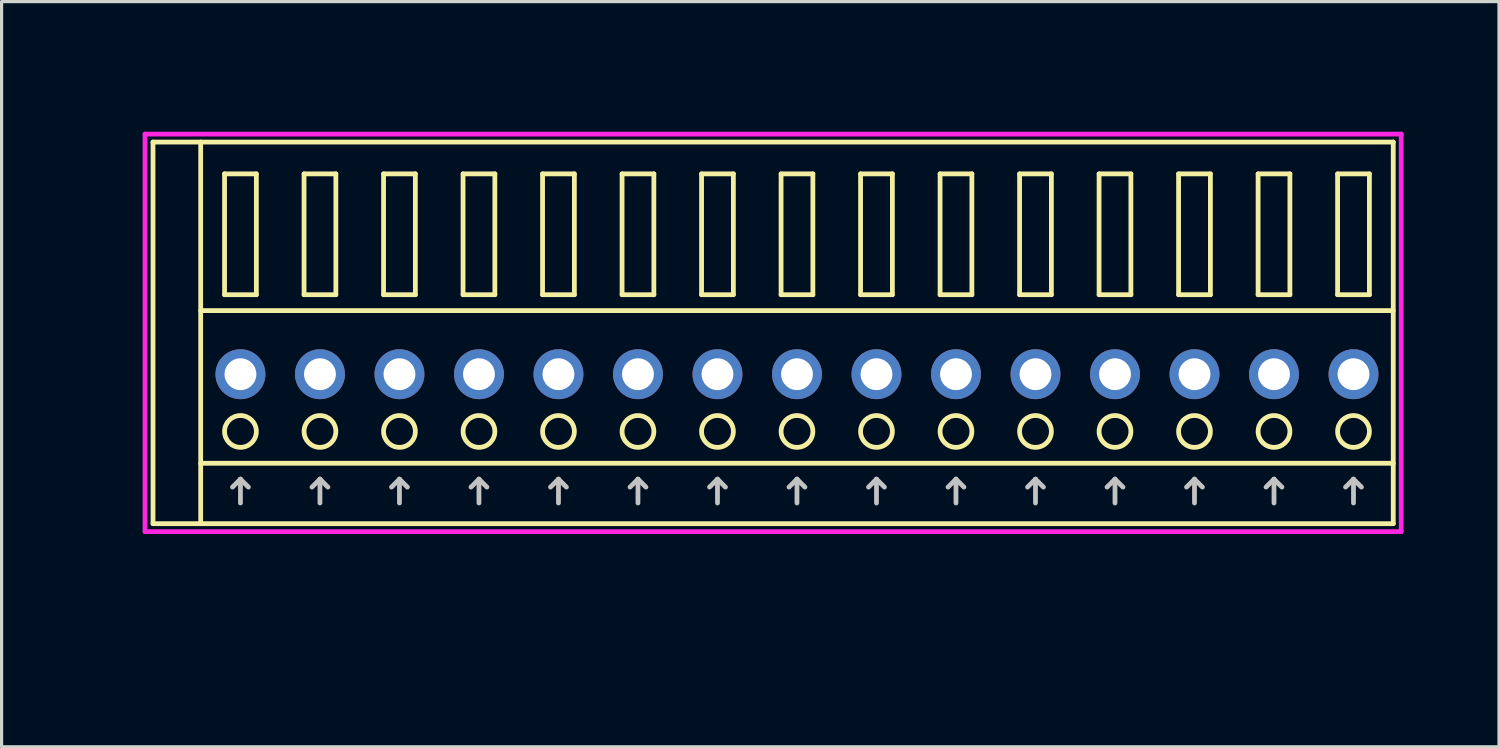
<source format=kicad_pcb>
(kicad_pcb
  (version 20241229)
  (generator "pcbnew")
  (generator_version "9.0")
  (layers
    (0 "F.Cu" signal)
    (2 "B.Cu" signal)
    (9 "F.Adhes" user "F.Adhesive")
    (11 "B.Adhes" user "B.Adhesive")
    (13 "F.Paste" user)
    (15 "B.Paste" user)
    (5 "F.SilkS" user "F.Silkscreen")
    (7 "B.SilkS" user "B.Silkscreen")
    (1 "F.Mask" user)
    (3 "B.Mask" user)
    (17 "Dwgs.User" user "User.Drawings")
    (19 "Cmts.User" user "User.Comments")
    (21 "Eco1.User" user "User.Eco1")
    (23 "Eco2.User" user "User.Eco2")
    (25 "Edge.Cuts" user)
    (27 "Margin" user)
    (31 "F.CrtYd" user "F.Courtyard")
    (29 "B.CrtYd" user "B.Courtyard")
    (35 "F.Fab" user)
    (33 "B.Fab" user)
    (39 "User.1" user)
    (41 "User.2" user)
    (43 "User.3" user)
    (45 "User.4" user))
  (footprint "COMBICON_HDR250P15"
    (layer "F.Cu")
    (at 22.011 8.717)
    (property "Reference" "COMBICON_HDR250P15" (at -21.25 0 90) (layer "User.1") (effects (font (size 1 1) (thickness 0.1))))
    (attr through_hole)
    (fp_line (start -20.25 -7.3) (end -20.25 4.7) (stroke (width 0.15) (type solid)) (layer "F.SilkS"))
    (fp_line (start -20.25 4.7) (end 18.75 4.7) (stroke (width 0.15) (type solid)) (layer "F.SilkS"))
    (fp_line (start -18.75 -2) (end 18.75 -2) (stroke (width 0.15) (type solid)) (layer "F.SilkS"))
    (fp_line (start -18.75 2.8) (end 18.75 2.8) (stroke (width 0.15) (type solid)) (layer "F.SilkS"))
    (fp_line (start -18.75 4.7) (end -18.75 -7.3) (stroke (width 0.15) (type solid)) (layer "F.SilkS"))
    (fp_line (start -18 -6.3) (end -18 -2.5) (stroke (width 0.15) (type solid)) (layer "F.SilkS"))
    (fp_line (start -18 -2.5) (end -17 -2.5) (stroke (width 0.15) (type solid)) (layer "F.SilkS"))
    (fp_line (start -17 -6.3) (end -18 -6.3) (stroke (width 0.15) (type solid)) (layer "F.SilkS"))
    (fp_line (start -17 -2.5) (end -17 -6.3) (stroke (width 0.15) (type solid)) (layer "F.SilkS"))
    (fp_line (start -15.5 -6.3) (end -15.5 -2.5) (stroke (width 0.15) (type solid)) (layer "F.SilkS"))
    (fp_line (start -15.5 -2.5) (end -14.5 -2.5) (stroke (width 0.15) (type solid)) (layer "F.SilkS"))
    (fp_line (start -14.5 -6.3) (end -15.5 -6.3) (stroke (width 0.15) (type solid)) (layer "F.SilkS"))
    (fp_line (start -14.5 -2.5) (end -14.5 -6.3) (stroke (width 0.15) (type solid)) (layer "F.SilkS"))
    (fp_line (start -13 -6.3) (end -13 -2.5) (stroke (width 0.15) (type solid)) (layer "F.SilkS"))
    (fp_line (start -13 -2.5) (end -12 -2.5) (stroke (width 0.15) (type solid)) (layer "F.SilkS"))
    (fp_line (start -12 -6.3) (end -13 -6.3) (stroke (width 0.15) (type solid)) (layer "F.SilkS"))
    (fp_line (start -12 -2.5) (end -12 -6.3) (stroke (width 0.15) (type solid)) (layer "F.SilkS"))
    (fp_line (start -10.5 -6.3) (end -10.5 -2.5) (stroke (width 0.15) (type solid)) (layer "F.SilkS"))
    (fp_line (start -10.5 -2.5) (end -9.5 -2.5) (stroke (width 0.15) (type solid)) (layer "F.SilkS"))
    (fp_line (start -9.5 -6.3) (end -10.5 -6.3) (stroke (width 0.15) (type solid)) (layer "F.SilkS"))
    (fp_line (start -9.5 -2.5) (end -9.5 -6.3) (stroke (width 0.15) (type solid)) (layer "F.SilkS"))
    (fp_line (start -8 -6.3) (end -8 -2.5) (stroke (width 0.15) (type solid)) (layer "F.SilkS"))
    (fp_line (start -8 -2.5) (end -7 -2.5) (stroke (width 0.15) (type solid)) (layer "F.SilkS"))
    (fp_line (start -7 -6.3) (end -8 -6.3) (stroke (width 0.15) (type solid)) (layer "F.SilkS"))
    (fp_line (start -7 -2.5) (end -7 -6.3) (stroke (width 0.15) (type solid)) (layer "F.SilkS"))
    (fp_line (start -5.5 -6.3) (end -5.5 -2.5) (stroke (width 0.15) (type solid)) (layer "F.SilkS"))
    (fp_line (start -5.5 -2.5) (end -4.5 -2.5) (stroke (width 0.15) (type solid)) (layer "F.SilkS"))
    (fp_line (start -4.5 -6.3) (end -5.5 -6.3) (stroke (width 0.15) (type solid)) (layer "F.SilkS"))
    (fp_line (start -4.5 -2.5) (end -4.5 -6.3) (stroke (width 0.15) (type solid)) (layer "F.SilkS"))
    (fp_line (start -3 -6.3) (end -3 -2.5) (stroke (width 0.15) (type solid)) (layer "F.SilkS"))
    (fp_line (start -3 -2.5) (end -2 -2.5) (stroke (width 0.15) (type solid)) (layer "F.SilkS"))
    (fp_line (start -2 -6.3) (end -3 -6.3) (stroke (width 0.15) (type solid)) (layer "F.SilkS"))
    (fp_line (start -2 -2.5) (end -2 -6.3) (stroke (width 0.15) (type solid)) (layer "F.SilkS"))
    (fp_line (start -0.5 -6.3) (end -0.5 -2.5) (stroke (width 0.15) (type solid)) (layer "F.SilkS"))
    (fp_line (start -0.5 -2.5) (end 0.5 -2.5) (stroke (width 0.15) (type solid)) (layer "F.SilkS"))
    (fp_line (start 0.5 -6.3) (end -0.5 -6.3) (stroke (width 0.15) (type solid)) (layer "F.SilkS"))
    (fp_line (start 0.5 -2.5) (end 0.5 -6.3) (stroke (width 0.15) (type solid)) (layer "F.SilkS"))
    (fp_line (start 2 -6.3) (end 2 -2.5) (stroke (width 0.15) (type solid)) (layer "F.SilkS"))
    (fp_line (start 2 -2.5) (end 3 -2.5) (stroke (width 0.15) (type solid)) (layer "F.SilkS"))
    (fp_line (start 3 -6.3) (end 2 -6.3) (stroke (width 0.15) (type solid)) (layer "F.SilkS"))
    (fp_line (start 3 -2.5) (end 3 -6.3) (stroke (width 0.15) (type solid)) (layer "F.SilkS"))
    (fp_line (start 4.5 -6.3) (end 4.5 -2.5) (stroke (width 0.15) (type solid)) (layer "F.SilkS"))
    (fp_line (start 4.5 -2.5) (end 5.5 -2.5) (stroke (width 0.15) (type solid)) (layer "F.SilkS"))
    (fp_line (start 5.5 -6.3) (end 4.5 -6.3) (stroke (width 0.15) (type solid)) (layer "F.SilkS"))
    (fp_line (start 5.5 -2.5) (end 5.5 -6.3) (stroke (width 0.15) (type solid)) (layer "F.SilkS"))
    (fp_line (start 7 -6.3) (end 7 -2.5) (stroke (width 0.15) (type solid)) (layer "F.SilkS"))
    (fp_line (start 7 -2.5) (end 8 -2.5) (stroke (width 0.15) (type solid)) (layer "F.SilkS"))
    (fp_line (start 8 -6.3) (end 7 -6.3) (stroke (width 0.15) (type solid)) (layer "F.SilkS"))
    (fp_line (start 8 -2.5) (end 8 -6.3) (stroke (width 0.15) (type solid)) (layer "F.SilkS"))
    (fp_line (start 9.5 -6.3) (end 9.5 -2.5) (stroke (width 0.15) (type solid)) (layer "F.SilkS"))
    (fp_line (start 9.5 -2.5) (end 10.5 -2.5) (stroke (width 0.15) (type solid)) (layer "F.SilkS"))
    (fp_line (start 10.5 -6.3) (end 9.5 -6.3) (stroke (width 0.15) (type solid)) (layer "F.SilkS"))
    (fp_line (start 10.5 -2.5) (end 10.5 -6.3) (stroke (width 0.15) (type solid)) (layer "F.SilkS"))
    (fp_line (start 12 -6.3) (end 12 -2.5) (stroke (width 0.15) (type solid)) (layer "F.SilkS"))
    (fp_line (start 12 -2.5) (end 13 -2.5) (stroke (width 0.15) (type solid)) (layer "F.SilkS"))
    (fp_line (start 13 -6.3) (end 12 -6.3) (stroke (width 0.15) (type solid)) (layer "F.SilkS"))
    (fp_line (start 13 -2.5) (end 13 -6.3) (stroke (width 0.15) (type solid)) (layer "F.SilkS"))
    (fp_line (start 14.5 -6.3) (end 14.5 -2.5) (stroke (width 0.15) (type solid)) (layer "F.SilkS"))
    (fp_line (start 14.5 -2.5) (end 15.5 -2.5) (stroke (width 0.15) (type solid)) (layer "F.SilkS"))
    (fp_line (start 15.5 -6.3) (end 14.5 -6.3) (stroke (width 0.15) (type solid)) (layer "F.SilkS"))
    (fp_line (start 15.5 -2.5) (end 15.5 -6.3) (stroke (width 0.15) (type solid)) (layer "F.SilkS"))
    (fp_line (start 17 -6.3) (end 17 -2.5) (stroke (width 0.15) (type solid)) (layer "F.SilkS"))
    (fp_line (start 17 -2.5) (end 18 -2.5) (stroke (width 0.15) (type solid)) (layer "F.SilkS"))
    (fp_line (start 18 -6.3) (end 17 -6.3) (stroke (width 0.15) (type solid)) (layer "F.SilkS"))
    (fp_line (start 18 -2.5) (end 18 -6.3) (stroke (width 0.15) (type solid)) (layer "F.SilkS"))
    (fp_line (start 18.75 -7.3) (end -20.25 -7.3) (stroke (width 0.15) (type solid)) (layer "F.SilkS"))
    (fp_line (start 18.75 4.7) (end 18.75 -7.3) (stroke (width 0.15) (type solid)) (layer "F.SilkS"))
    (fp_circle (center -17.5 1.8) (end -17 1.8) (stroke (width 0.15) (type solid)) (fill no) (layer "F.SilkS"))
    (fp_circle (center -15 1.8) (end -14.5 1.8) (stroke (width 0.15) (type solid)) (fill no) (layer "F.SilkS"))
    (fp_circle (center -12.5 1.8) (end -12 1.8) (stroke (width 0.15) (type solid)) (fill no) (layer "F.SilkS"))
    (fp_circle (center -10 1.8) (end -9.5 1.8) (stroke (width 0.15) (type solid)) (fill no) (layer "F.SilkS"))
    (fp_circle (center -7.5 1.8) (end -7 1.8) (stroke (width 0.15) (type solid)) (fill no) (layer "F.SilkS"))
    (fp_circle (center -5 1.8) (end -4.5 1.8) (stroke (width 0.15) (type solid)) (fill no) (layer "F.SilkS"))
    (fp_circle (center -2.5 1.8) (end -2 1.8) (stroke (width 0.15) (type solid)) (fill no) (layer "F.SilkS"))
    (fp_circle (center 0 1.8) (end 0.5 1.8) (stroke (width 0.15) (type solid)) (fill no) (layer "F.SilkS"))
    (fp_circle (center 2.5 1.8) (end 3 1.8) (stroke (width 0.15) (type solid)) (fill no) (layer "F.SilkS"))
    (fp_circle (center 5 1.8) (end 5.5 1.8) (stroke (width 0.15) (type solid)) (fill no) (layer "F.SilkS"))
    (fp_circle (center 7.5 1.8) (end 8 1.8) (stroke (width 0.15) (type solid)) (fill no) (layer "F.SilkS"))
    (fp_circle (center 10 1.8) (end 10.5 1.8) (stroke (width 0.15) (type solid)) (fill no) (layer "F.SilkS"))
    (fp_circle (center 12.5 1.8) (end 13 1.8) (stroke (width 0.15) (type solid)) (fill no) (layer "F.SilkS"))
    (fp_circle (center 15 1.8) (end 15.5 1.8) (stroke (width 0.15) (type solid)) (fill no) (layer "F.SilkS"))
    (fp_circle (center 17.5 1.8) (end 18 1.8) (stroke (width 0.15) (type solid)) (fill no) (layer "F.SilkS"))
    (fp_line (start -17.75 3.55) (end -17.5 3.3) (stroke (width 0.15) (type solid)) (layer "Dwgs.User"))
    (fp_line (start -17.5 4.05) (end -17.5 3.3) (stroke (width 0.15) (type solid)) (layer "Dwgs.User"))
    (fp_line (start -17.25 3.55) (end -17.5 3.3) (stroke (width 0.15) (type solid)) (layer "Dwgs.User"))
    (fp_line (start -15.25 3.55) (end -15 3.3) (stroke (width 0.15) (type solid)) (layer "Dwgs.User"))
    (fp_line (start -15 4.05) (end -15 3.3) (stroke (width 0.15) (type solid)) (layer "Dwgs.User"))
    (fp_line (start -14.75 3.55) (end -15 3.3) (stroke (width 0.15) (type solid)) (layer "Dwgs.User"))
    (fp_line (start -12.75 3.55) (end -12.5 3.3) (stroke (width 0.15) (type solid)) (layer "Dwgs.User"))
    (fp_line (start -12.5 4.05) (end -12.5 3.3) (stroke (width 0.15) (type solid)) (layer "Dwgs.User"))
    (fp_line (start -12.25 3.55) (end -12.5 3.3) (stroke (width 0.15) (type solid)) (layer "Dwgs.User"))
    (fp_line (start -10.25 3.55) (end -10 3.3) (stroke (width 0.15) (type solid)) (layer "Dwgs.User"))
    (fp_line (start -10 4.05) (end -10 3.3) (stroke (width 0.15) (type solid)) (layer "Dwgs.User"))
    (fp_line (start -9.75 3.55) (end -10 3.3) (stroke (width 0.15) (type solid)) (layer "Dwgs.User"))
    (fp_line (start -7.75 3.55) (end -7.5 3.3) (stroke (width 0.15) (type solid)) (layer "Dwgs.User"))
    (fp_line (start -7.5 4.05) (end -7.5 3.3) (stroke (width 0.15) (type solid)) (layer "Dwgs.User"))
    (fp_line (start -7.25 3.55) (end -7.5 3.3) (stroke (width 0.15) (type solid)) (layer "Dwgs.User"))
    (fp_line (start -5.25 3.55) (end -5 3.3) (stroke (width 0.15) (type solid)) (layer "Dwgs.User"))
    (fp_line (start -5 4.05) (end -5 3.3) (stroke (width 0.15) (type solid)) (layer "Dwgs.User"))
    (fp_line (start -4.75 3.55) (end -5 3.3) (stroke (width 0.15) (type solid)) (layer "Dwgs.User"))
    (fp_line (start -2.75 3.55) (end -2.5 3.3) (stroke (width 0.15) (type solid)) (layer "Dwgs.User"))
    (fp_line (start -2.5 4.05) (end -2.5 3.3) (stroke (width 0.15) (type solid)) (layer "Dwgs.User"))
    (fp_line (start -2.25 3.55) (end -2.5 3.3) (stroke (width 0.15) (type solid)) (layer "Dwgs.User"))
    (fp_line (start -0.25 3.55) (end 0 3.3) (stroke (width 0.15) (type solid)) (layer "Dwgs.User"))
    (fp_line (start 0 4.05) (end 0 3.3) (stroke (width 0.15) (type solid)) (layer "Dwgs.User"))
    (fp_line (start 0.25 3.55) (end 0 3.3) (stroke (width 0.15) (type solid)) (layer "Dwgs.User"))
    (fp_line (start 2.25 3.55) (end 2.5 3.3) (stroke (width 0.15) (type solid)) (layer "Dwgs.User"))
    (fp_line (start 2.5 4.05) (end 2.5 3.3) (stroke (width 0.15) (type solid)) (layer "Dwgs.User"))
    (fp_line (start 2.75 3.55) (end 2.5 3.3) (stroke (width 0.15) (type solid)) (layer "Dwgs.User"))
    (fp_line (start 4.75 3.55) (end 5 3.3) (stroke (width 0.15) (type solid)) (layer "Dwgs.User"))
    (fp_line (start 5 4.05) (end 5 3.3) (stroke (width 0.15) (type solid)) (layer "Dwgs.User"))
    (fp_line (start 5.25 3.55) (end 5 3.3) (stroke (width 0.15) (type solid)) (layer "Dwgs.User"))
    (fp_line (start 7.25 3.55) (end 7.5 3.3) (stroke (width 0.15) (type solid)) (layer "Dwgs.User"))
    (fp_line (start 7.5 4.05) (end 7.5 3.3) (stroke (width 0.15) (type solid)) (layer "Dwgs.User"))
    (fp_line (start 7.75 3.55) (end 7.5 3.3) (stroke (width 0.15) (type solid)) (layer "Dwgs.User"))
    (fp_line (start 9.75 3.55) (end 10 3.3) (stroke (width 0.15) (type solid)) (layer "Dwgs.User"))
    (fp_line (start 10 4.05) (end 10 3.3) (stroke (width 0.15) (type solid)) (layer "Dwgs.User"))
    (fp_line (start 10.25 3.55) (end 10 3.3) (stroke (width 0.15) (type solid)) (layer "Dwgs.User"))
    (fp_line (start 12.25 3.55) (end 12.5 3.3) (stroke (width 0.15) (type solid)) (layer "Dwgs.User"))
    (fp_line (start 12.5 4.05) (end 12.5 3.3) (stroke (width 0.15) (type solid)) (layer "Dwgs.User"))
    (fp_line (start 12.75 3.55) (end 12.5 3.3) (stroke (width 0.15) (type solid)) (layer "Dwgs.User"))
    (fp_line (start 14.75 3.55) (end 15 3.3) (stroke (width 0.15) (type solid)) (layer "Dwgs.User"))
    (fp_line (start 15 4.05) (end 15 3.3) (stroke (width 0.15) (type solid)) (layer "Dwgs.User"))
    (fp_line (start 15.25 3.55) (end 15 3.3) (stroke (width 0.15) (type solid)) (layer "Dwgs.User"))
    (fp_line (start 17.25 3.55) (end 17.5 3.3) (stroke (width 0.15) (type solid)) (layer "Dwgs.User"))
    (fp_line (start 17.5 4.05) (end 17.5 3.3) (stroke (width 0.15) (type solid)) (layer "Dwgs.User"))
    (fp_line (start 17.75 3.55) (end 17.5 3.3) (stroke (width 0.15) (type solid)) (layer "Dwgs.User"))
    (fp_line (start -20.5 -7.55) (end -20.5 4.95) (stroke (width 0.15) (type solid)) (layer "F.CrtYd"))
    (fp_line (start -20.5 4.95) (end 19 4.95) (stroke (width 0.15) (type solid)) (layer "F.CrtYd"))
    (fp_line (start 19 -7.55) (end -20.5 -7.55) (stroke (width 0.15) (type solid)) (layer "F.CrtYd"))
    (fp_line (start 19 4.95) (end 19 -7.55) (stroke (width 0.15) (type solid)) (layer "F.CrtYd"))
    (pad "1" thru_hole oval (at -17.5 0) (size 1.57 1.57) (drill 1) (layers "*.Cu" "*.Mask"))
    (pad "2" thru_hole oval (at -15 0) (size 1.57 1.57) (drill 1) (layers "*.Cu" "*.Mask"))
    (pad "3" thru_hole oval (at -12.5 0) (size 1.57 1.57) (drill 1) (layers "*.Cu" "*.Mask"))
    (pad "4" thru_hole oval (at -10 0) (size 1.57 1.57) (drill 1) (layers "*.Cu" "*.Mask"))
    (pad "5" thru_hole oval (at -7.5 0) (size 1.57 1.57) (drill 1) (layers "*.Cu" "*.Mask"))
    (pad "6" thru_hole oval (at -5 0) (size 1.57 1.57) (drill 1) (layers "*.Cu" "*.Mask"))
    (pad "7" thru_hole oval (at -2.5 0) (size 1.57 1.57) (drill 1) (layers "*.Cu" "*.Mask"))
    (pad "8" thru_hole oval (at 0 0) (size 1.57 1.57) (drill 1) (layers "*.Cu" "*.Mask"))
    (pad "9" thru_hole oval (at 2.5 0) (size 1.57 1.57) (drill 1) (layers "*.Cu" "*.Mask"))
    (pad "10" thru_hole oval (at 5 0) (size 1.57 1.57) (drill 1) (layers "*.Cu" "*.Mask"))
    (pad "11" thru_hole oval (at 7.5 0) (size 1.57 1.57) (drill 1) (layers "*.Cu" "*.Mask"))
    (pad "12" thru_hole oval (at 10 0) (size 1.57 1.57) (drill 1) (layers "*.Cu" "*.Mask"))
    (pad "13" thru_hole oval (at 12.5 0) (size 1.57 1.57) (drill 1) (layers "*.Cu" "*.Mask"))
    (pad "14" thru_hole oval (at 15 0) (size 1.57 1.57) (drill 1) (layers "*.Cu" "*.Mask"))
    (pad "15" thru_hole oval (at 17.5 0) (size 1.57 1.57) (drill 1) (layers "*.Cu" "*.Mask")))
  (gr_rect
    (start -3 -3)
    (end 44.086 20.433)
    (stroke (width 0.1) (type default))
    (fill no)
    (layer "Edge.Cuts")))
</source>
